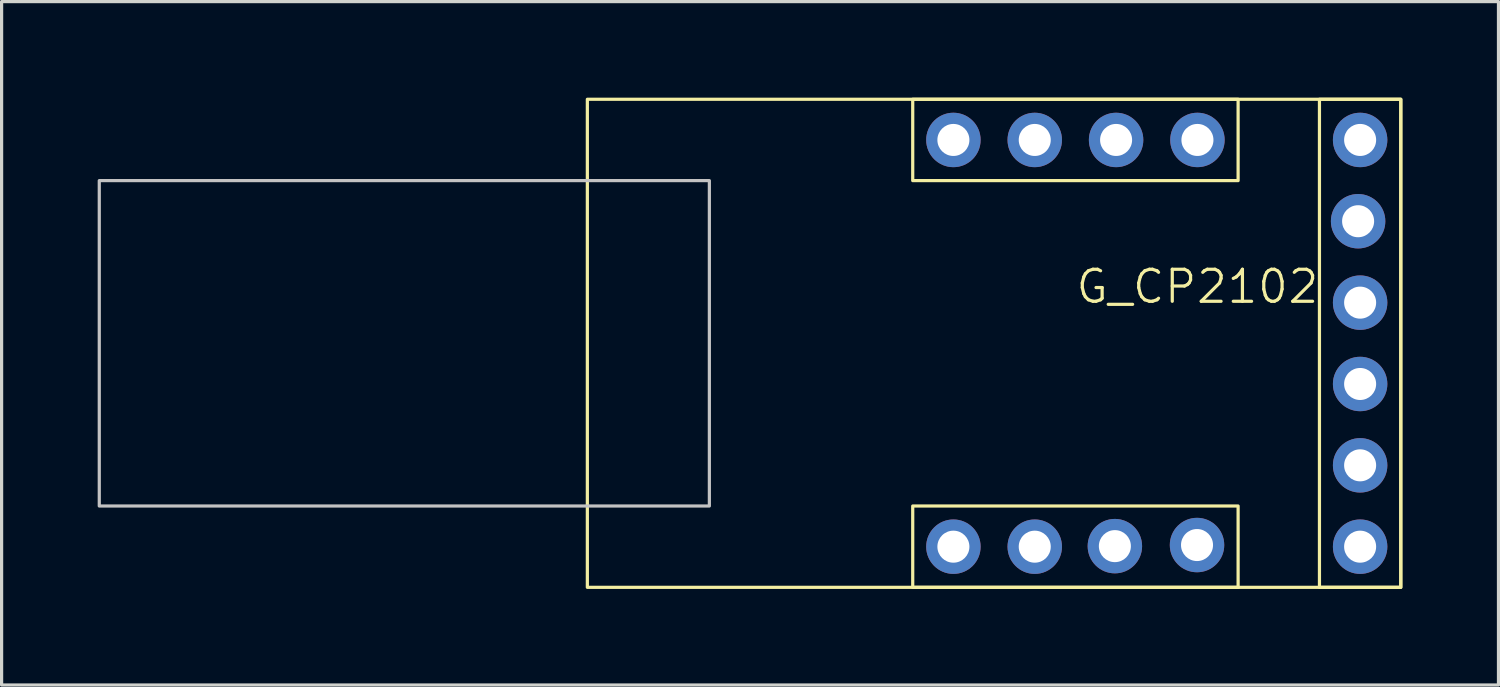
<source format=kicad_pcb>
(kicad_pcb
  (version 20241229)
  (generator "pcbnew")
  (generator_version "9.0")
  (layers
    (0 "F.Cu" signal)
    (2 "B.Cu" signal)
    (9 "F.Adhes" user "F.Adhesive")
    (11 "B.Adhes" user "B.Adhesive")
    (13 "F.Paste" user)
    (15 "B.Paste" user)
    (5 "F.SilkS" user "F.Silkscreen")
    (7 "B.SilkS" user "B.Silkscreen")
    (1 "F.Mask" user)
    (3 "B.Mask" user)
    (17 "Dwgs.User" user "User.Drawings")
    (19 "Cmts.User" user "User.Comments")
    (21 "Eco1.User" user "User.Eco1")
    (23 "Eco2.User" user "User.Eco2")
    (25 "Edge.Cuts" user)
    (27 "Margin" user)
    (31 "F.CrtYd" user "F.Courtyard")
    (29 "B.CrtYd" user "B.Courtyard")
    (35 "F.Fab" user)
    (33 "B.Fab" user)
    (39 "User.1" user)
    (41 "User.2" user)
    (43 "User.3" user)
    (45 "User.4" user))
  (footprint "G_CP2102"
    (layer "F.Cu")
    (at 34.34 6.4)
    (property "Reference" "G_CP2102" (at 0 -0.5 0) (unlocked yes) (layer "F.SilkS") (effects (font (size 1 1) (thickness 0.1))))
    (attr through_hole)
    (fp_rect (start -19.05 -6.35) (end 6.35 8.89) (stroke (width 0.1) (type default)) (fill no) (layer "F.SilkS"))
    (fp_rect (start -8.89 -6.35) (end 1.27 -3.81) (stroke (width 0.1) (type default)) (fill no) (layer "F.SilkS"))
    (fp_rect (start -8.89 6.35) (end 1.27 8.89) (stroke (width 0.1) (type default)) (fill no) (layer "F.SilkS"))
    (fp_rect (start 3.81 -6.35) (end 6.35 8.89) (stroke (width 0.1) (type default)) (fill no) (layer "F.SilkS"))
    (fp_rect (start -34.29 -3.81) (end -15.24 6.35) (stroke (width 0.1) (type default)) (fill no) (layer "Dwgs.User"))
    (pad "1" thru_hole circle (at -7.62 -5.08) (size 1.7 1.7) (drill 1) (layers "*.Cu" "*.Mask"))
    (pad "2" thru_hole circle (at -5.08 -5.08) (size 1.7 1.7) (drill 1) (layers "*.Cu" "*.Mask"))
    (pad "3" thru_hole circle (at -2.54 -5.08) (size 1.7 1.7) (drill 1) (layers "*.Cu" "*.Mask"))
    (pad "4" thru_hole circle (at 0 -5.08) (size 1.7 1.7) (drill 1) (layers "*.Cu" "*.Mask"))
    (pad "5" thru_hole circle (at 5.08 -5.08) (size 1.7 1.7) (drill 1) (layers "*.Cu" "*.Mask"))
    (pad "6" thru_hole circle (at 5.017 -2.542) (size 1.7 1.7) (drill 1) (layers "*.Cu" "*.Mask"))
    (pad "7" thru_hole circle (at 5.08 0) (size 1.7 1.7) (drill 1) (layers "*.Cu" "*.Mask"))
    (pad "8" thru_hole circle (at 5.08 2.54) (size 1.7 1.7) (drill 1) (layers "*.Cu" "*.Mask"))
    (pad "9" thru_hole circle (at 5.08 5.08) (size 1.7 1.7) (drill 1) (layers "*.Cu" "*.Mask"))
    (pad "10" thru_hole circle (at 5.08 7.62) (size 1.7 1.7) (drill 1) (layers "*.Cu" "*.Mask"))
    (pad "11" thru_hole circle (at -0.013 7.569) (size 1.7 1.7) (drill 1) (layers "*.Cu" "*.Mask"))
    (pad "12" thru_hole circle (at -2.578 7.603) (size 1.7 1.7) (drill 1) (layers "*.Cu" "*.Mask"))
    (pad "13" thru_hole circle (at -5.08 7.62) (size 1.7 1.7) (drill 1) (layers "*.Cu" "*.Mask"))
    (pad "14" thru_hole circle (at -7.62 7.62) (size 1.7 1.7) (drill 1) (layers "*.Cu" "*.Mask")))
  (gr_rect
    (start -3 -3)
    (end 43.74 18.34)
    (stroke (width 0.1) (type default))
    (fill no)
    (layer "Edge.Cuts")))
</source>
